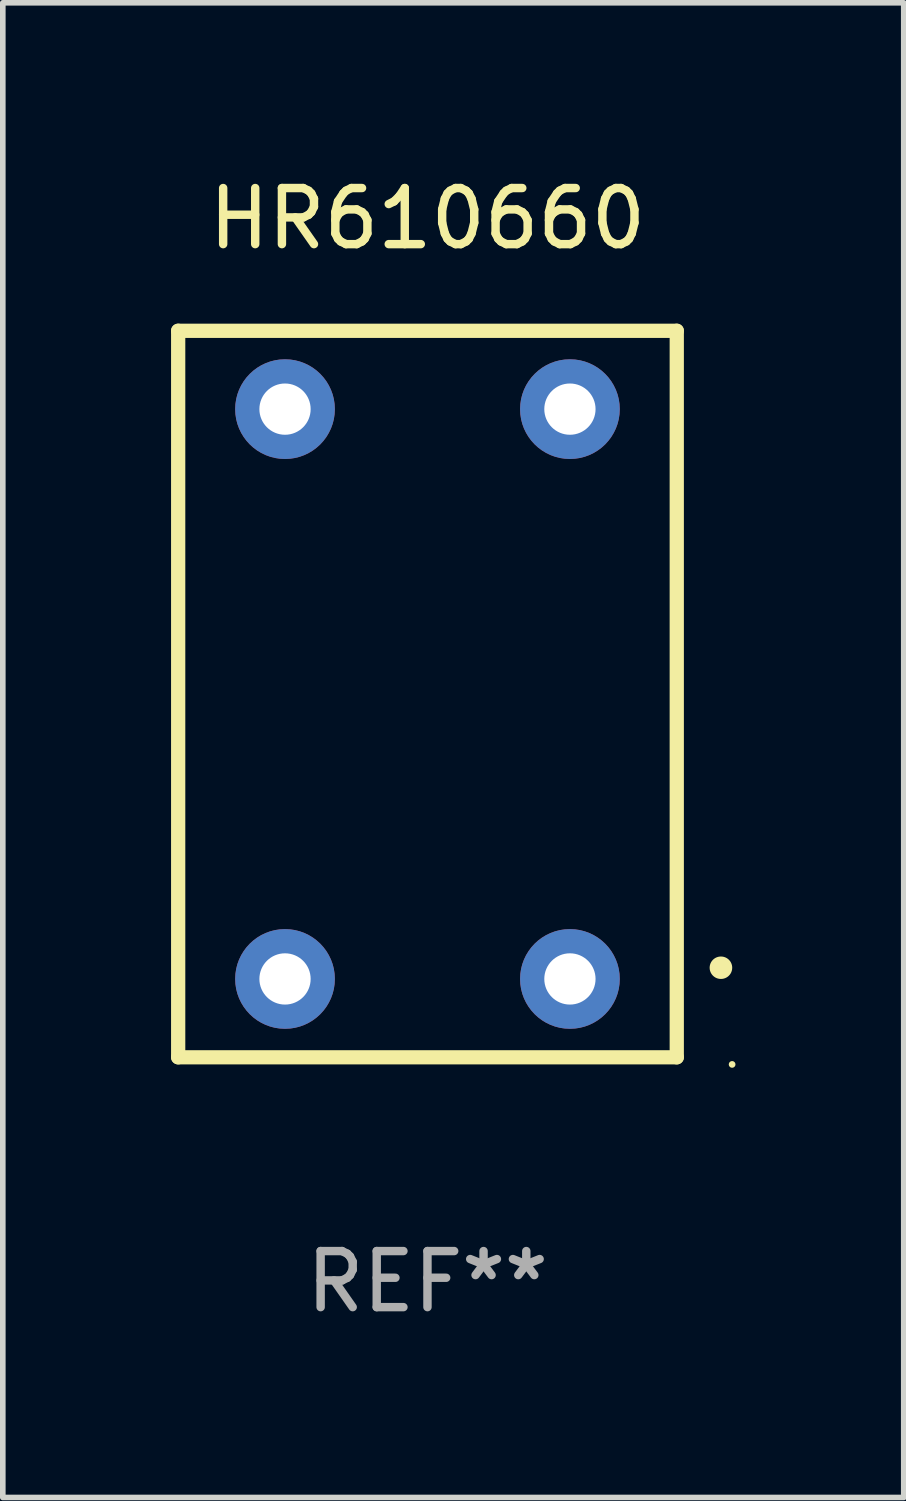
<source format=kicad_pcb>
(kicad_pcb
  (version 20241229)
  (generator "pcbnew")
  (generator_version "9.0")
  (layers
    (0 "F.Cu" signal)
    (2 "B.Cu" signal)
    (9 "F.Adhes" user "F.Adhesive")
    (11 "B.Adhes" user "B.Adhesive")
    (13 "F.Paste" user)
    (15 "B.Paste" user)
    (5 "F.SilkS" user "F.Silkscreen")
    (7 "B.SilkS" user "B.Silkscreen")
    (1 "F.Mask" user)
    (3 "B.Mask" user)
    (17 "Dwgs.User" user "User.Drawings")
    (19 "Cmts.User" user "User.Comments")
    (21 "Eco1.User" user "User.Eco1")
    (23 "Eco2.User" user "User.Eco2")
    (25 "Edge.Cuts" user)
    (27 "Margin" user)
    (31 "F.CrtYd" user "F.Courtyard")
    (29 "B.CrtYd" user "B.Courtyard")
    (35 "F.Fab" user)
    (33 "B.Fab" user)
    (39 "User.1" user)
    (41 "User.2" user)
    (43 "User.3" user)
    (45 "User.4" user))
  (footprint "HR610660"
    (layer "F.Cu")
    (at 4.572 9.325)
    (property "Reference" "HR610660" (at 0 -8.477 0) (layer "F.SilkS") (effects (font (size 1 1) (thickness 0.15))))
    (attr through_hole)
    (fp_line (start -4.445 -6.477) (end 4.445 -6.477) (stroke (width 0.254) (type solid)) (layer "F.SilkS"))
    (fp_line (start -4.445 6.477) (end -4.445 -6.477) (stroke (width 0.254) (type solid)) (layer "F.SilkS"))
    (fp_line (start -4.445 6.477) (end 4.445 6.477) (stroke (width 0.254) (type solid)) (layer "F.SilkS"))
    (fp_line (start 4.445 6.477) (end 4.445 -6.477) (stroke (width 0.254) (type solid)) (layer "F.SilkS"))
    (fp_arc (start 5.231191 4.880086) (mid 5.232461 4.880082) (end 5.233731 4.880086) (stroke (width 0.4) (type solid)) (layer "F.SilkS"))
    (fp_circle (center 5.432 6.604) (end 5.462 6.604) (stroke (width 0.06) (type solid)) (fill no) (layer "F.SilkS"))
    (fp_text user "REF**" (at 0 10.477 0) (layer "F.Fab") (effects (font (size 1 1) (thickness 0.15))))
    (pad "1" thru_hole circle (at 2.54 5.08) (size 1.778 1.778) (drill 0.914) (layers "*.Cu" "*.Mask"))
    (pad "2" thru_hole circle (at 2.54 -5.08) (size 1.778 1.778) (drill 0.914) (layers "*.Cu" "*.Mask"))
    (pad "5" thru_hole circle (at -2.54 5.08) (size 1.778 1.778) (drill 0.914) (layers "*.Cu" "*.Mask"))
    (pad "6" thru_hole circle (at -2.54 -5.08) (size 1.778 1.778) (drill 0.914) (layers "*.Cu" "*.Mask")))
  (gr_rect
    (start -3 -3)
    (end 13.064 23.651)
    (stroke (width 0.1) (type default))
    (fill no)
    (layer "Edge.Cuts")))
</source>
